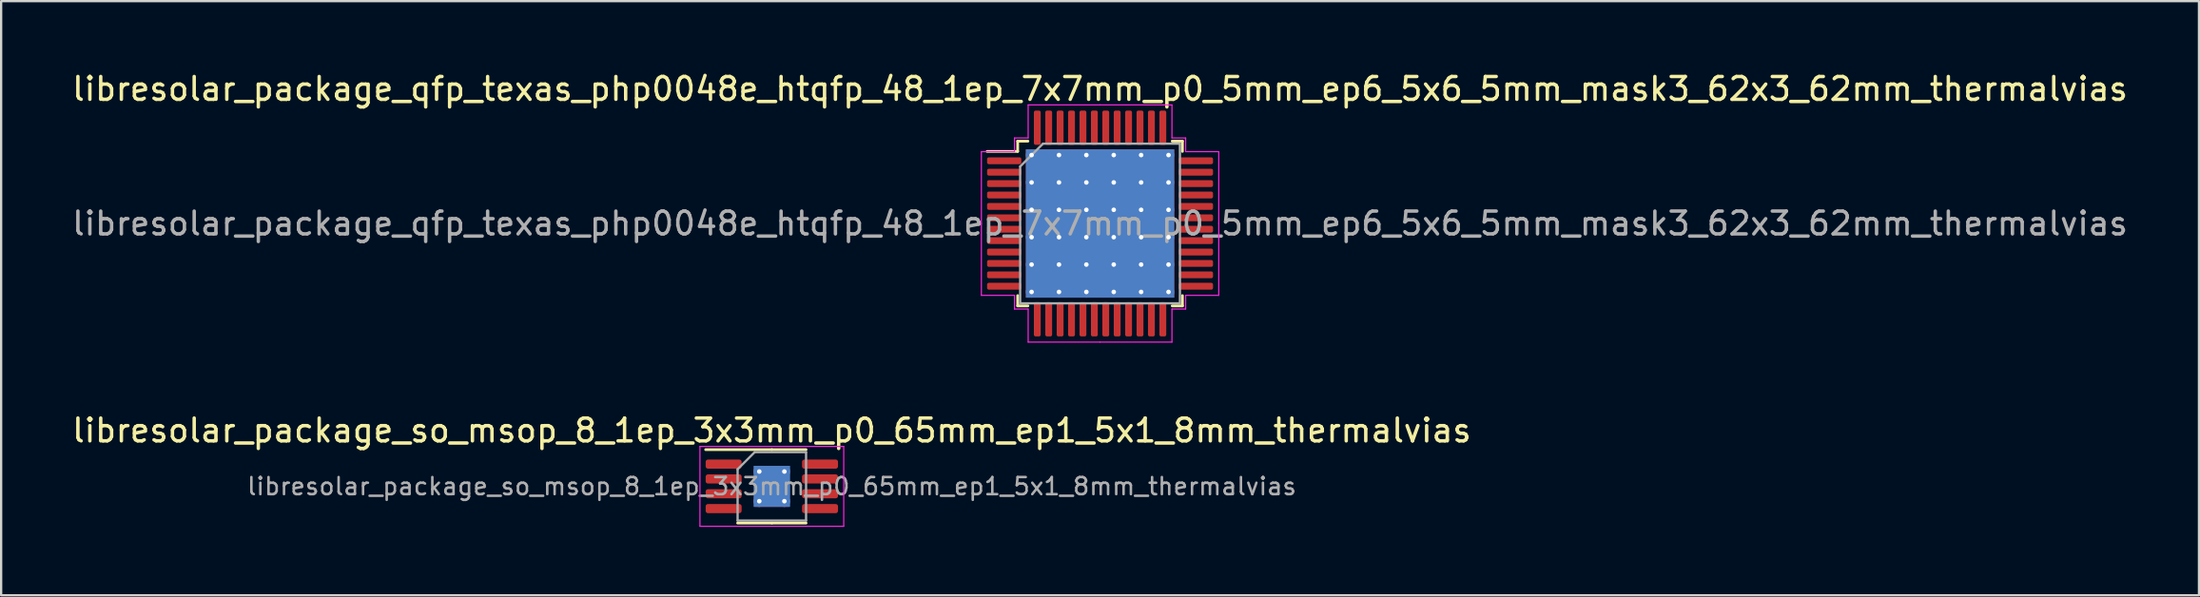
<source format=kicad_pcb>
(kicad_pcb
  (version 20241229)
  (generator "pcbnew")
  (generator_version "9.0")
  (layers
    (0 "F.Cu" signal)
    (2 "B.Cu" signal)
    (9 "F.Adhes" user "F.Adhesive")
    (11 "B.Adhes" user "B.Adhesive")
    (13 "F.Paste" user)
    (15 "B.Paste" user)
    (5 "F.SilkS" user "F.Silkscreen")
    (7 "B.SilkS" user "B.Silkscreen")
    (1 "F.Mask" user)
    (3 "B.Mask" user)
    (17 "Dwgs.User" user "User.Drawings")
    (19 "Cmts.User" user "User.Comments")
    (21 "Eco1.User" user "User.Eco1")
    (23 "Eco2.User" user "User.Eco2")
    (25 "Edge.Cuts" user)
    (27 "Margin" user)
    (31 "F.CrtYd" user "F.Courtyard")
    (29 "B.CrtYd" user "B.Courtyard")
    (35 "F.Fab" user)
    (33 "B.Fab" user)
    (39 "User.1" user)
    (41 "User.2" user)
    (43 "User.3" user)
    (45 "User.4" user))
  (footprint "libresolar_package_so_msop_8_1ep_3x3mm_p0_65mm_ep1_5x1_8mm_thermalvias"
    (layer "F.Cu")
    (at 30.768 18.271)
    (property "Reference" "libresolar_package_so_msop_8_1ep_3x3mm_p0_65mm_ep1_5x1_8mm_thermalvias" (at 0 -2.45 0) (layer "F.SilkS") (effects (font (size 1 1) (thickness 0.15))))
    (attr smd)
    (fp_line (start 0 -1.61) (end -2.9 -1.61) (stroke (width 0.12) (type solid)) (layer "F.SilkS"))
    (fp_line (start 0 -1.61) (end 1.5 -1.61) (stroke (width 0.12) (type solid)) (layer "F.SilkS"))
    (fp_line (start 0 1.61) (end -1.5 1.61) (stroke (width 0.12) (type solid)) (layer "F.SilkS"))
    (fp_line (start 0 1.61) (end 1.5 1.61) (stroke (width 0.12) (type solid)) (layer "F.SilkS"))
    (fp_line (start -3.15 -1.75) (end -3.15 1.75) (stroke (width 0.05) (type solid)) (layer "F.CrtYd"))
    (fp_line (start -3.15 1.75) (end 3.15 1.75) (stroke (width 0.05) (type solid)) (layer "F.CrtYd"))
    (fp_line (start 3.15 -1.75) (end -3.15 -1.75) (stroke (width 0.05) (type solid)) (layer "F.CrtYd"))
    (fp_line (start 3.15 1.75) (end 3.15 -1.75) (stroke (width 0.05) (type solid)) (layer "F.CrtYd"))
    (fp_line (start -1.5 -0.75) (end -0.75 -1.5) (stroke (width 0.1) (type solid)) (layer "F.Fab"))
    (fp_line (start -1.5 1.5) (end -1.5 -0.75) (stroke (width 0.1) (type solid)) (layer "F.Fab"))
    (fp_line (start -0.75 -1.5) (end 1.5 -1.5) (stroke (width 0.1) (type solid)) (layer "F.Fab"))
    (fp_line (start 1.5 -1.5) (end 1.5 1.5) (stroke (width 0.1) (type solid)) (layer "F.Fab"))
    (fp_line (start 1.5 1.5) (end -1.5 1.5) (stroke (width 0.1) (type solid)) (layer "F.Fab"))
    (fp_text user "${REFERENCE}" (at 0 0 0) (layer "F.Fab") (effects (font (size 0.75 0.75) (thickness 0.11))))
    (pad "" smd roundrect (at -0.375 -0.45) (size 0.63 0.75) (layers "F.Paste") (roundrect_rratio 0.25))
    (pad "" smd roundrect (at -0.375 0.45) (size 0.63 0.75) (layers "F.Paste") (roundrect_rratio 0.25))
    (pad "" smd roundrect (at 0.375 -0.45) (size 0.63 0.75) (layers "F.Paste") (roundrect_rratio 0.25))
    (pad "" smd roundrect (at 0.375 0.45) (size 0.63 0.75) (layers "F.Paste") (roundrect_rratio 0.25))
    (pad "1" smd roundrect (at -2.112 -0.975) (size 1.575 0.4) (layers "F.Cu" "F.Mask" "F.Paste") (roundrect_rratio 0.25))
    (pad "2" smd roundrect (at -2.112 -0.325) (size 1.575 0.4) (layers "F.Cu" "F.Mask" "F.Paste") (roundrect_rratio 0.25))
    (pad "3" smd roundrect (at -2.112 0.325) (size 1.575 0.4) (layers "F.Cu" "F.Mask" "F.Paste") (roundrect_rratio 0.25))
    (pad "4" smd roundrect (at -2.112 0.975) (size 1.575 0.4) (layers "F.Cu" "F.Mask" "F.Paste") (roundrect_rratio 0.25))
    (pad "5" smd roundrect (at 2.112 0.975) (size 1.575 0.4) (layers "F.Cu" "F.Mask" "F.Paste") (roundrect_rratio 0.25))
    (pad "6" smd roundrect (at 2.112 0.325) (size 1.575 0.4) (layers "F.Cu" "F.Mask" "F.Paste") (roundrect_rratio 0.25))
    (pad "7" smd roundrect (at 2.112 -0.325) (size 1.575 0.4) (layers "F.Cu" "F.Mask" "F.Paste") (roundrect_rratio 0.25))
    (pad "8" smd roundrect (at 2.112 -0.975) (size 1.575 0.4) (layers "F.Cu" "F.Mask" "F.Paste") (roundrect_rratio 0.25))
    (pad "9" thru_hole circle (at -0.55 -0.65) (size 0.5 0.5) (drill 0.2) (layers "*.Cu"))
    (pad "9" thru_hole circle (at -0.55 0.65) (size 0.5 0.5) (drill 0.2) (layers "*.Cu"))
    (pad "9" smd rect (at 0 0) (size 1.5 1.8) (layers "F.Cu" "F.Mask"))
    (pad "9" smd rect (at 0 0) (size 1.6 1.8) (layers "B.Cu"))
    (pad "9" thru_hole circle (at 0.55 -0.65) (size 0.5 0.5) (drill 0.2) (layers "*.Cu"))
    (pad "9" thru_hole circle (at 0.55 0.65) (size 0.5 0.5) (drill 0.2) (layers "*.Cu")))
  (footprint "libresolar_package_qfp_texas_php0048e_htqfp_48_1ep_7x7mm_p0_5mm_ep6_5x6_5mm_mask3_62x3_62mm_thermalvias"
    (layer "F.Cu")
    (at 45.149 6.748)
    (property "Reference" "libresolar_package_qfp_texas_php0048e_htqfp_48_1ep_7x7mm_p0_5mm_ep6_5x6_5mm_mask3_62x3_62mm_thermalvias" (at 0 -5.9 0) (layer "F.SilkS") (effects (font (size 1 1) (thickness 0.15))))
    (attr smd)
    (fp_line (start -3.61 -3.61) (end -3.61 -3.16) (stroke (width 0.12) (type solid)) (layer "F.SilkS"))
    (fp_line (start -3.61 -3.16) (end -4.95 -3.16) (stroke (width 0.12) (type solid)) (layer "F.SilkS"))
    (fp_line (start -3.61 3.61) (end -3.61 3.16) (stroke (width 0.12) (type solid)) (layer "F.SilkS"))
    (fp_line (start -3.16 -3.61) (end -3.61 -3.61) (stroke (width 0.12) (type solid)) (layer "F.SilkS"))
    (fp_line (start -3.16 3.61) (end -3.61 3.61) (stroke (width 0.12) (type solid)) (layer "F.SilkS"))
    (fp_line (start 3.16 -3.61) (end 3.61 -3.61) (stroke (width 0.12) (type solid)) (layer "F.SilkS"))
    (fp_line (start 3.16 3.61) (end 3.61 3.61) (stroke (width 0.12) (type solid)) (layer "F.SilkS"))
    (fp_line (start 3.61 -3.61) (end 3.61 -3.16) (stroke (width 0.12) (type solid)) (layer "F.SilkS"))
    (fp_line (start 3.61 3.61) (end 3.61 3.16) (stroke (width 0.12) (type solid)) (layer "F.SilkS"))
    (fp_line (start -5.2 -3.15) (end -5.2 0) (stroke (width 0.05) (type solid)) (layer "F.CrtYd"))
    (fp_line (start -5.2 3.15) (end -5.2 0) (stroke (width 0.05) (type solid)) (layer "F.CrtYd"))
    (fp_line (start -3.75 -3.75) (end -3.75 -3.15) (stroke (width 0.05) (type solid)) (layer "F.CrtYd"))
    (fp_line (start -3.75 -3.15) (end -5.2 -3.15) (stroke (width 0.05) (type solid)) (layer "F.CrtYd"))
    (fp_line (start -3.75 3.15) (end -5.2 3.15) (stroke (width 0.05) (type solid)) (layer "F.CrtYd"))
    (fp_line (start -3.75 3.75) (end -3.75 3.15) (stroke (width 0.05) (type solid)) (layer "F.CrtYd"))
    (fp_line (start -3.15 -5.2) (end -3.15 -3.75) (stroke (width 0.05) (type solid)) (layer "F.CrtYd"))
    (fp_line (start -3.15 -3.75) (end -3.75 -3.75) (stroke (width 0.05) (type solid)) (layer "F.CrtYd"))
    (fp_line (start -3.15 3.75) (end -3.75 3.75) (stroke (width 0.05) (type solid)) (layer "F.CrtYd"))
    (fp_line (start -3.15 5.2) (end -3.15 3.75) (stroke (width 0.05) (type solid)) (layer "F.CrtYd"))
    (fp_line (start 0 -5.2) (end -3.15 -5.2) (stroke (width 0.05) (type solid)) (layer "F.CrtYd"))
    (fp_line (start 0 -5.2) (end 3.15 -5.2) (stroke (width 0.05) (type solid)) (layer "F.CrtYd"))
    (fp_line (start 0 5.2) (end -3.15 5.2) (stroke (width 0.05) (type solid)) (layer "F.CrtYd"))
    (fp_line (start 0 5.2) (end 3.15 5.2) (stroke (width 0.05) (type solid)) (layer "F.CrtYd"))
    (fp_line (start 3.15 -5.2) (end 3.15 -3.75) (stroke (width 0.05) (type solid)) (layer "F.CrtYd"))
    (fp_line (start 3.15 -3.75) (end 3.75 -3.75) (stroke (width 0.05) (type solid)) (layer "F.CrtYd"))
    (fp_line (start 3.15 3.75) (end 3.75 3.75) (stroke (width 0.05) (type solid)) (layer "F.CrtYd"))
    (fp_line (start 3.15 5.2) (end 3.15 3.75) (stroke (width 0.05) (type solid)) (layer "F.CrtYd"))
    (fp_line (start 3.75 -3.75) (end 3.75 -3.15) (stroke (width 0.05) (type solid)) (layer "F.CrtYd"))
    (fp_line (start 3.75 -3.15) (end 5.2 -3.15) (stroke (width 0.05) (type solid)) (layer "F.CrtYd"))
    (fp_line (start 3.75 3.15) (end 5.2 3.15) (stroke (width 0.05) (type solid)) (layer "F.CrtYd"))
    (fp_line (start 3.75 3.75) (end 3.75 3.15) (stroke (width 0.05) (type solid)) (layer "F.CrtYd"))
    (fp_line (start 5.2 -3.15) (end 5.2 0) (stroke (width 0.05) (type solid)) (layer "F.CrtYd"))
    (fp_line (start 5.2 3.15) (end 5.2 0) (stroke (width 0.05) (type solid)) (layer "F.CrtYd"))
    (fp_line (start -3.5 -2.5) (end -2.5 -3.5) (stroke (width 0.1) (type solid)) (layer "F.Fab"))
    (fp_line (start -3.5 3.5) (end -3.5 -2.5) (stroke (width 0.1) (type solid)) (layer "F.Fab"))
    (fp_line (start -2.5 -3.5) (end 3.5 -3.5) (stroke (width 0.1) (type solid)) (layer "F.Fab"))
    (fp_line (start 3.5 -3.5) (end 3.5 3.5) (stroke (width 0.1) (type solid)) (layer "F.Fab"))
    (fp_line (start 3.5 3.5) (end -3.5 3.5) (stroke (width 0.1) (type solid)) (layer "F.Fab"))
    (fp_text user "${REFERENCE}" (at 0 0 0) (layer "F.Fab") (effects (font (size 1 1) (thickness 0.15))))
    (pad "" smd rect (at 0 0) (size 3.62 3.62) (layers "F.Mask"))
    (pad "" smd roundrect (at 0 0) (size 3.62 3.62) (layers "F.Paste") (roundrect_rratio 0.069))
    (pad "1" smd roundrect (at -4.2 -2.75) (size 1.5 0.3) (layers "F.Cu" "F.Mask" "F.Paste") (roundrect_rratio 0.25))
    (pad "2" smd roundrect (at -4.2 -2.25) (size 1.5 0.3) (layers "F.Cu" "F.Mask" "F.Paste") (roundrect_rratio 0.25))
    (pad "3" smd roundrect (at -4.2 -1.75) (size 1.5 0.3) (layers "F.Cu" "F.Mask" "F.Paste") (roundrect_rratio 0.25))
    (pad "4" smd roundrect (at -4.2 -1.25) (size 1.5 0.3) (layers "F.Cu" "F.Mask" "F.Paste") (roundrect_rratio 0.25))
    (pad "5" smd roundrect (at -4.2 -0.75) (size 1.5 0.3) (layers "F.Cu" "F.Mask" "F.Paste") (roundrect_rratio 0.25))
    (pad "6" smd roundrect (at -4.2 -0.25) (size 1.5 0.3) (layers "F.Cu" "F.Mask" "F.Paste") (roundrect_rratio 0.25))
    (pad "7" smd roundrect (at -4.2 0.25) (size 1.5 0.3) (layers "F.Cu" "F.Mask" "F.Paste") (roundrect_rratio 0.25))
    (pad "8" smd roundrect (at -4.2 0.75) (size 1.5 0.3) (layers "F.Cu" "F.Mask" "F.Paste") (roundrect_rratio 0.25))
    (pad "9" smd roundrect (at -4.2 1.25) (size 1.5 0.3) (layers "F.Cu" "F.Mask" "F.Paste") (roundrect_rratio 0.25))
    (pad "10" smd roundrect (at -4.2 1.75) (size 1.5 0.3) (layers "F.Cu" "F.Mask" "F.Paste") (roundrect_rratio 0.25))
    (pad "11" smd roundrect (at -4.2 2.25) (size 1.5 0.3) (layers "F.Cu" "F.Mask" "F.Paste") (roundrect_rratio 0.25))
    (pad "12" smd roundrect (at -4.2 2.75) (size 1.5 0.3) (layers "F.Cu" "F.Mask" "F.Paste") (roundrect_rratio 0.25))
    (pad "13" smd roundrect (at -2.75 4.2) (size 0.3 1.5) (layers "F.Cu" "F.Mask" "F.Paste") (roundrect_rratio 0.25))
    (pad "14" smd roundrect (at -2.25 4.2) (size 0.3 1.5) (layers "F.Cu" "F.Mask" "F.Paste") (roundrect_rratio 0.25))
    (pad "15" smd roundrect (at -1.75 4.2) (size 0.3 1.5) (layers "F.Cu" "F.Mask" "F.Paste") (roundrect_rratio 0.25))
    (pad "16" smd roundrect (at -1.25 4.2) (size 0.3 1.5) (layers "F.Cu" "F.Mask" "F.Paste") (roundrect_rratio 0.25))
    (pad "17" smd roundrect (at -0.75 4.2) (size 0.3 1.5) (layers "F.Cu" "F.Mask" "F.Paste") (roundrect_rratio 0.25))
    (pad "18" smd roundrect (at -0.25 4.2) (size 0.3 1.5) (layers "F.Cu" "F.Mask" "F.Paste") (roundrect_rratio 0.25))
    (pad "19" smd roundrect (at 0.25 4.2) (size 0.3 1.5) (layers "F.Cu" "F.Mask" "F.Paste") (roundrect_rratio 0.25))
    (pad "20" smd roundrect (at 0.75 4.2) (size 0.3 1.5) (layers "F.Cu" "F.Mask" "F.Paste") (roundrect_rratio 0.25))
    (pad "21" smd roundrect (at 1.25 4.2) (size 0.3 1.5) (layers "F.Cu" "F.Mask" "F.Paste") (roundrect_rratio 0.25))
    (pad "22" smd roundrect (at 1.75 4.2) (size 0.3 1.5) (layers "F.Cu" "F.Mask" "F.Paste") (roundrect_rratio 0.25))
    (pad "23" smd roundrect (at 2.25 4.2) (size 0.3 1.5) (layers "F.Cu" "F.Mask" "F.Paste") (roundrect_rratio 0.25))
    (pad "24" smd roundrect (at 2.75 4.2) (size 0.3 1.5) (layers "F.Cu" "F.Mask" "F.Paste") (roundrect_rratio 0.25))
    (pad "25" smd roundrect (at 4.2 2.75) (size 1.5 0.3) (layers "F.Cu" "F.Mask" "F.Paste") (roundrect_rratio 0.25))
    (pad "26" smd roundrect (at 4.2 2.25) (size 1.5 0.3) (layers "F.Cu" "F.Mask" "F.Paste") (roundrect_rratio 0.25))
    (pad "27" smd roundrect (at 4.2 1.75) (size 1.5 0.3) (layers "F.Cu" "F.Mask" "F.Paste") (roundrect_rratio 0.25))
    (pad "28" smd roundrect (at 4.2 1.25) (size 1.5 0.3) (layers "F.Cu" "F.Mask" "F.Paste") (roundrect_rratio 0.25))
    (pad "29" smd roundrect (at 4.2 0.75) (size 1.5 0.3) (layers "F.Cu" "F.Mask" "F.Paste") (roundrect_rratio 0.25))
    (pad "30" smd roundrect (at 4.2 0.25) (size 1.5 0.3) (layers "F.Cu" "F.Mask" "F.Paste") (roundrect_rratio 0.25))
    (pad "31" smd roundrect (at 4.2 -0.25) (size 1.5 0.3) (layers "F.Cu" "F.Mask" "F.Paste") (roundrect_rratio 0.25))
    (pad "32" smd roundrect (at 4.2 -0.75) (size 1.5 0.3) (layers "F.Cu" "F.Mask" "F.Paste") (roundrect_rratio 0.25))
    (pad "33" smd roundrect (at 4.2 -1.25) (size 1.5 0.3) (layers "F.Cu" "F.Mask" "F.Paste") (roundrect_rratio 0.25))
    (pad "34" smd roundrect (at 4.2 -1.75) (size 1.5 0.3) (layers "F.Cu" "F.Mask" "F.Paste") (roundrect_rratio 0.25))
    (pad "35" smd roundrect (at 4.2 -2.25) (size 1.5 0.3) (layers "F.Cu" "F.Mask" "F.Paste") (roundrect_rratio 0.25))
    (pad "36" smd roundrect (at 4.2 -2.75) (size 1.5 0.3) (layers "F.Cu" "F.Mask" "F.Paste") (roundrect_rratio 0.25))
    (pad "37" smd roundrect (at 2.75 -4.2) (size 0.3 1.5) (layers "F.Cu" "F.Mask" "F.Paste") (roundrect_rratio 0.25))
    (pad "38" smd roundrect (at 2.25 -4.2) (size 0.3 1.5) (layers "F.Cu" "F.Mask" "F.Paste") (roundrect_rratio 0.25))
    (pad "39" smd roundrect (at 1.75 -4.2) (size 0.3 1.5) (layers "F.Cu" "F.Mask" "F.Paste") (roundrect_rratio 0.25))
    (pad "40" smd roundrect (at 1.25 -4.2) (size 0.3 1.5) (layers "F.Cu" "F.Mask" "F.Paste") (roundrect_rratio 0.25))
    (pad "41" smd roundrect (at 0.75 -4.2) (size 0.3 1.5) (layers "F.Cu" "F.Mask" "F.Paste") (roundrect_rratio 0.25))
    (pad "42" smd roundrect (at 0.25 -4.2) (size 0.3 1.5) (layers "F.Cu" "F.Mask" "F.Paste") (roundrect_rratio 0.25))
    (pad "43" smd roundrect (at -0.25 -4.2) (size 0.3 1.5) (layers "F.Cu" "F.Mask" "F.Paste") (roundrect_rratio 0.25))
    (pad "44" smd roundrect (at -0.75 -4.2) (size 0.3 1.5) (layers "F.Cu" "F.Mask" "F.Paste") (roundrect_rratio 0.25))
    (pad "45" smd roundrect (at -1.25 -4.2) (size 0.3 1.5) (layers "F.Cu" "F.Mask" "F.Paste") (roundrect_rratio 0.25))
    (pad "46" smd roundrect (at -1.75 -4.2) (size 0.3 1.5) (layers "F.Cu" "F.Mask" "F.Paste") (roundrect_rratio 0.25))
    (pad "47" smd roundrect (at -2.25 -4.2) (size 0.3 1.5) (layers "F.Cu" "F.Mask" "F.Paste") (roundrect_rratio 0.25))
    (pad "48" smd roundrect (at -2.75 -4.2) (size 0.3 1.5) (layers "F.Cu" "F.Mask" "F.Paste") (roundrect_rratio 0.25))
    (pad "49" thru_hole circle (at -3 -3) (size 0.5 0.5) (drill 0.2) (layers "*.Cu"))
    (pad "49" thru_hole circle (at -3 -1.8) (size 0.5 0.5) (drill 0.2) (layers "*.Cu"))
    (pad "49" thru_hole circle (at -3 -0.6) (size 0.5 0.5) (drill 0.2) (layers "*.Cu"))
    (pad "49" thru_hole circle (at -3 0.6) (size 0.5 0.5) (drill 0.2) (layers "*.Cu"))
    (pad "49" thru_hole circle (at -3 1.8) (size 0.5 0.5) (drill 0.2) (layers "*.Cu"))
    (pad "49" thru_hole circle (at -3 3) (size 0.5 0.5) (drill 0.2) (layers "*.Cu"))
    (pad "49" thru_hole circle (at -1.8 -3) (size 0.5 0.5) (drill 0.2) (layers "*.Cu"))
    (pad "49" thru_hole circle (at -1.8 -1.8) (size 0.5 0.5) (drill 0.2) (layers "*.Cu"))
    (pad "49" thru_hole circle (at -1.8 -0.6) (size 0.5 0.5) (drill 0.2) (layers "*.Cu"))
    (pad "49" thru_hole circle (at -1.8 0.6) (size 0.5 0.5) (drill 0.2) (layers "*.Cu"))
    (pad "49" thru_hole circle (at -1.8 1.8) (size 0.5 0.5) (drill 0.2) (layers "*.Cu"))
    (pad "49" thru_hole circle (at -1.8 3) (size 0.5 0.5) (drill 0.2) (layers "*.Cu"))
    (pad "49" thru_hole circle (at -0.6 -3) (size 0.5 0.5) (drill 0.2) (layers "*.Cu"))
    (pad "49" thru_hole circle (at -0.6 -1.8) (size 0.5 0.5) (drill 0.2) (layers "*.Cu"))
    (pad "49" thru_hole circle (at -0.6 -0.6) (size 0.5 0.5) (drill 0.2) (layers "*.Cu"))
    (pad "49" thru_hole circle (at -0.6 0.6) (size 0.5 0.5) (drill 0.2) (layers "*.Cu"))
    (pad "49" thru_hole circle (at -0.6 1.8) (size 0.5 0.5) (drill 0.2) (layers "*.Cu"))
    (pad "49" thru_hole circle (at -0.6 3) (size 0.5 0.5) (drill 0.2) (layers "*.Cu"))
    (pad "49" smd rect (at 0 0) (size 6.5 6.5) (layers "F.Cu"))
    (pad "49" smd rect (at 0 0) (size 6.5 6.5) (layers "B.Cu"))
    (pad "49" thru_hole circle (at 0.6 -3) (size 0.5 0.5) (drill 0.2) (layers "*.Cu"))
    (pad "49" thru_hole circle (at 0.6 -1.8) (size 0.5 0.5) (drill 0.2) (layers "*.Cu"))
    (pad "49" thru_hole circle (at 0.6 -0.6) (size 0.5 0.5) (drill 0.2) (layers "*.Cu"))
    (pad "49" thru_hole circle (at 0.6 0.6) (size 0.5 0.5) (drill 0.2) (layers "*.Cu"))
    (pad "49" thru_hole circle (at 0.6 1.8) (size 0.5 0.5) (drill 0.2) (layers "*.Cu"))
    (pad "49" thru_hole circle (at 0.6 3) (size 0.5 0.5) (drill 0.2) (layers "*.Cu"))
    (pad "49" thru_hole circle (at 1.8 -3) (size 0.5 0.5) (drill 0.2) (layers "*.Cu"))
    (pad "49" thru_hole circle (at 1.8 -1.8) (size 0.5 0.5) (drill 0.2) (layers "*.Cu"))
    (pad "49" thru_hole circle (at 1.8 -0.6) (size 0.5 0.5) (drill 0.2) (layers "*.Cu"))
    (pad "49" thru_hole circle (at 1.8 0.6) (size 0.5 0.5) (drill 0.2) (layers "*.Cu"))
    (pad "49" thru_hole circle (at 1.8 1.8) (size 0.5 0.5) (drill 0.2) (layers "*.Cu"))
    (pad "49" thru_hole circle (at 1.8 3) (size 0.5 0.5) (drill 0.2) (layers "*.Cu"))
    (pad "49" thru_hole circle (at 3 -3) (size 0.5 0.5) (drill 0.2) (layers "*.Cu"))
    (pad "49" thru_hole circle (at 3 -1.8) (size 0.5 0.5) (drill 0.2) (layers "*.Cu"))
    (pad "49" thru_hole circle (at 3 -0.6) (size 0.5 0.5) (drill 0.2) (layers "*.Cu"))
    (pad "49" thru_hole circle (at 3 0.6) (size 0.5 0.5) (drill 0.2) (layers "*.Cu"))
    (pad "49" thru_hole circle (at 3 1.8) (size 0.5 0.5) (drill 0.2) (layers "*.Cu"))
    (pad "49" thru_hole circle (at 3 3) (size 0.5 0.5) (drill 0.2) (layers "*.Cu")))
  (gr_rect
    (start -3 -3)
    (end 93.298 23.047)
    (stroke (width 0.1) (type default))
    (fill no)
    (layer "Edge.Cuts")))
</source>
